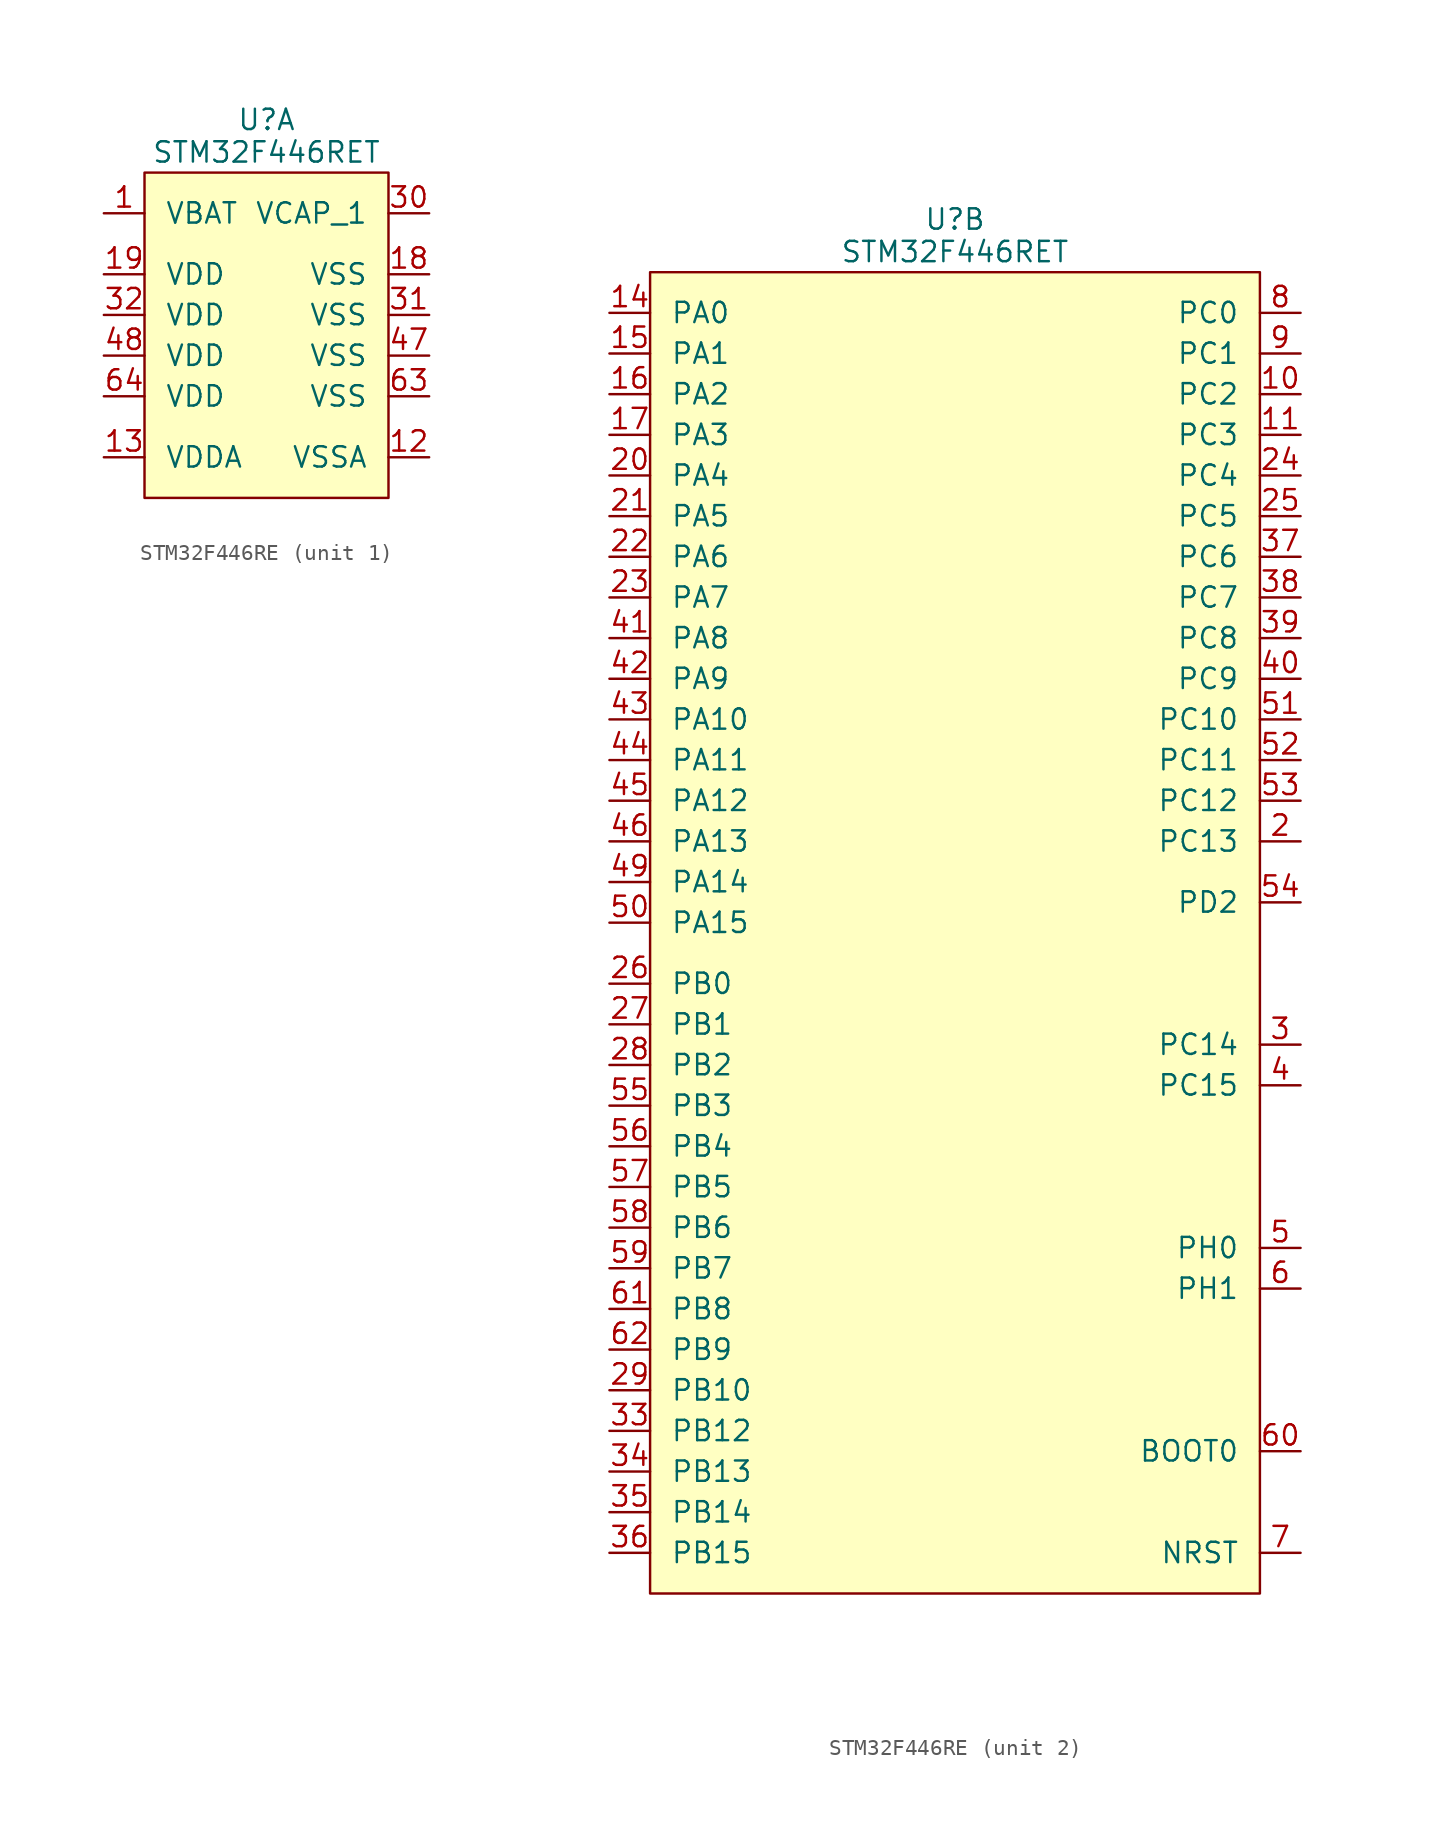
<source format=kicad_sym>
(kicad_symbol_lib
  (version 20231120)
  (generator "kicad_symbol_editor")
  (generator_version "8.0")
  (symbol "STM32F446RE"
    (pin_names
      (offset 1.27))
    (property "Reference" "U"
      (at 0 3.302 0)
      (effects (font (size 1.27 1.27))))
    (property "Value" "STM32F446RET"
      (at 0 1.27 0)
      (effects (font (size 1.27 1.27))))
    (property "ki_locked" ""
      (at 0 0 0)
      (effects (font (size 1.27 1.27))))
    (symbol "STM32F446RE_1_1"
      (rectangle (start -7.62 0) (end 7.62 -20.32) (stroke (width 0) (type default)) (fill (type background)))
      (pin power_in line (at -10.16 -2.54 0) (length 2.54) (name "VBAT" (effects (font (size 1.27 1.27)))) (number "1" (effects (font (size 1.27 1.27)))))
      (pin power_in line (at 10.16 -17.78 180) (length 2.54) (name "VSSA" (effects (font (size 1.27 1.27)))) (number "12" (effects (font (size 1.27 1.27)))))
      (pin power_in line (at -10.16 -17.78 0) (length 2.54) (name "VDDA" (effects (font (size 1.27 1.27)))) (number "13" (effects (font (size 1.27 1.27)))))
      (pin power_in line (at 10.16 -6.35 180) (length 2.54) (name "VSS" (effects (font (size 1.27 1.27)))) (number "18" (effects (font (size 1.27 1.27)))))
      (pin power_in line (at -10.16 -6.35 0) (length 2.54) (name "VDD" (effects (font (size 1.27 1.27)))) (number "19" (effects (font (size 1.27 1.27)))))
      (pin power_out line (at 10.16 -2.54 180) (length 2.54) (name "VCAP_1" (effects (font (size 1.27 1.27)))) (number "30" (effects (font (size 1.27 1.27)))))
      (pin passive line (at 10.16 -8.89 180) (length 2.54) (name "VSS" (effects (font (size 1.27 1.27)))) (number "31" (effects (font (size 1.27 1.27)))))
      (pin power_in line (at -10.16 -8.89 0) (length 2.54) (name "VDD" (effects (font (size 1.27 1.27)))) (number "32" (effects (font (size 1.27 1.27)))))
      (pin passive line (at 10.16 -11.43 180) (length 2.54) (name "VSS" (effects (font (size 1.27 1.27)))) (number "47" (effects (font (size 1.27 1.27)))))
      (pin power_in line (at -10.16 -11.43 0) (length 2.54) (name "VDD" (effects (font (size 1.27 1.27)))) (number "48" (effects (font (size 1.27 1.27)))))
      (pin passive line (at 10.16 -13.97 180) (length 2.54) (name "VSS" (effects (font (size 1.27 1.27)))) (number "63" (effects (font (size 1.27 1.27)))))
      (pin power_in line (at -10.16 -13.97 0) (length 2.54) (name "VDD" (effects (font (size 1.27 1.27)))) (number "64" (effects (font (size 1.27 1.27))))))
    (symbol "STM32F446RE_2_1"
      (rectangle (start -19.05 0) (end 19.05 -82.55) (stroke (width 0) (type default)) (fill (type background)))
      (pin bidirectional line (at 21.59 -7.62 180) (length 2.54) (name "PC2" (effects (font (size 1.27 1.27)))) (number "10" (effects (font (size 1.27 1.27)))) (alternate "ADC1_IN12" bidirectional line) (alternate "ADC2_IN12" bidirectional line) (alternate "ADC3_IN12" bidirectional line) (alternate "SPI2_MISO" bidirectional line) (alternate "USB_OTG_HS_ULPI_DIR" bidirectional line))
      (pin bidirectional line (at 21.59 -10.16 180) (length 2.54) (name "PC3" (effects (font (size 1.27 1.27)))) (number "11" (effects (font (size 1.27 1.27)))) (alternate "ADC1_IN13" bidirectional line) (alternate "ADC2_IN13" bidirectional line) (alternate "ADC3_IN13" bidirectional line) (alternate "I2S2_SD" bidirectional line) (alternate "SPI2_MOSI" bidirectional line) (alternate "USB_OTG_HS_ULPI_NXT" bidirectional line))
      (pin bidirectional line (at -21.59 -2.54 0) (length 2.54) (name "PA0" (effects (font (size 1.27 1.27)))) (number "14" (effects (font (size 1.27 1.27)))) (alternate "ADC1_IN0" bidirectional line) (alternate "ADC2_IN0" bidirectional line) (alternate "ADC3_IN0" bidirectional line) (alternate "RTC_AF2" bidirectional line) (alternate "SYS_WKUP0" bidirectional line) (alternate "TIM2_CH1" bidirectional line) (alternate "TIM2_ETR" bidirectional line) (alternate "TIM5_CH1" bidirectional line) (alternate "TIM8_ETR" bidirectional line) (alternate "UART4_TX" bidirectional line) (alternate "USART2_CTS" bidirectional line))
      (pin bidirectional line (at -21.59 -5.08 0) (length 2.54) (name "PA1" (effects (font (size 1.27 1.27)))) (number "15" (effects (font (size 1.27 1.27)))) (alternate "ADC1_IN1" bidirectional line) (alternate "ADC2_IN1" bidirectional line) (alternate "ADC3_IN1" bidirectional line) (alternate "QUADSPI_BK1_IO3" bidirectional line) (alternate "TIM2_CH2" bidirectional line) (alternate "TIM5_CH2" bidirectional line) (alternate "UART4_RX" bidirectional line) (alternate "USART2_RTS" bidirectional line))
      (pin bidirectional line (at -21.59 -7.62 0) (length 2.54) (name "PA2" (effects (font (size 1.27 1.27)))) (number "16" (effects (font (size 1.27 1.27)))) (alternate "ADC1_IN2" bidirectional line) (alternate "ADC2_IN2" bidirectional line) (alternate "ADC3_IN2" bidirectional line) (alternate "TIM2_CH3" bidirectional line) (alternate "TIM5_CH3" bidirectional line) (alternate "TIM9_CH1" bidirectional line) (alternate "USART2_TX" bidirectional line))
      (pin bidirectional line (at -21.59 -10.16 0) (length 2.54) (name "PA3" (effects (font (size 1.27 1.27)))) (number "17" (effects (font (size 1.27 1.27)))) (alternate "ADC1_IN3" bidirectional line) (alternate "ADC2_IN3" bidirectional line) (alternate "ADC3_IN3" bidirectional line) (alternate "SAI1_FS_A" bidirectional line) (alternate "TIM2_CH4" bidirectional line) (alternate "TIM5_CH4" bidirectional line) (alternate "TIM9_CH2" bidirectional line) (alternate "USART2_RX" bidirectional line) (alternate "USB_OTG_HS_ULPI_D0" bidirectional line))
      (pin bidirectional line (at 21.59 -35.56 180) (length 2.54) (name "PC13" (effects (font (size 1.27 1.27)))) (number "2" (effects (font (size 1.27 1.27)))) (alternate "RTC_AF1" bidirectional line) (alternate "SYS_WKUP1" bidirectional line))
      (pin bidirectional line (at -21.59 -12.7 0) (length 2.54) (name "PA4" (effects (font (size 1.27 1.27)))) (number "20" (effects (font (size 1.27 1.27)))) (alternate "ADC1_IN4" bidirectional line) (alternate "ADC2_IN4" bidirectional line) (alternate "DAC_OUT1" bidirectional line) (alternate "DCMI_HSYNC" bidirectional line) (alternate "I2S1_WS" bidirectional line) (alternate "I2S3_WS" bidirectional line) (alternate "SPI1_NSS" bidirectional line) (alternate "SPI3_NSS" bidirectional line) (alternate "USART2_CK" bidirectional line) (alternate "USB_OTG_HS_SOF" bidirectional line))
      (pin bidirectional line (at -21.59 -15.24 0) (length 2.54) (name "PA5" (effects (font (size 1.27 1.27)))) (number "21" (effects (font (size 1.27 1.27)))) (alternate "ADC1_IN5" bidirectional line) (alternate "ADC2_IN5" bidirectional line) (alternate "DAC_OUT2" bidirectional line) (alternate "I2S1_CK" bidirectional line) (alternate "SPI1_SCK" bidirectional line) (alternate "TIM2_CH1" bidirectional line) (alternate "TIM2_ETR" bidirectional line) (alternate "TIM8_CH1N" bidirectional line) (alternate "USB_OTG_HS_ULPI_CK" bidirectional line))
      (pin bidirectional line (at -21.59 -17.78 0) (length 2.54) (name "PA6" (effects (font (size 1.27 1.27)))) (number "22" (effects (font (size 1.27 1.27)))) (alternate "ADC1_IN6" bidirectional line) (alternate "ADC2_IN6" bidirectional line) (alternate "DCMI_PIXCLK" bidirectional line) (alternate "I2S2_MCK" bidirectional line) (alternate "SPI1_MISO" bidirectional line) (alternate "TIM13_CH1" bidirectional line) (alternate "TIM1_BKIN" bidirectional line) (alternate "TIM3_CH1" bidirectional line) (alternate "TIM8_BKIN" bidirectional line))
      (pin bidirectional line (at -21.59 -20.32 0) (length 2.54) (name "PA7" (effects (font (size 1.27 1.27)))) (number "23" (effects (font (size 1.27 1.27)))) (alternate "ADC1_IN7" bidirectional line) (alternate "ADC2_IN7" bidirectional line) (alternate "I2S1_SD" bidirectional line) (alternate "SPI1_MOSI" bidirectional line) (alternate "TIM14_CH1" bidirectional line) (alternate "TIM1_CH1N" bidirectional line) (alternate "TIM3_CH2" bidirectional line) (alternate "TIM8_CH1N" bidirectional line))
      (pin bidirectional line (at 21.59 -12.7 180) (length 2.54) (name "PC4" (effects (font (size 1.27 1.27)))) (number "24" (effects (font (size 1.27 1.27)))) (alternate "ADC1_IN14" bidirectional line) (alternate "ADC2_IN14" bidirectional line) (alternate "I2S1_MCK" bidirectional line) (alternate "SPDIFRX_IN2" bidirectional line))
      (pin bidirectional line (at 21.59 -15.24 180) (length 2.54) (name "PC5" (effects (font (size 1.27 1.27)))) (number "25" (effects (font (size 1.27 1.27)))) (alternate "ADC1_IN15" bidirectional line) (alternate "ADC2_IN15" bidirectional line) (alternate "SPDIFRX_IN3" bidirectional line) (alternate "USART3_RX" bidirectional line))
      (pin bidirectional line (at -21.59 -44.45 0) (length 2.54) (name "PB0" (effects (font (size 1.27 1.27)))) (number "26" (effects (font (size 1.27 1.27)))) (alternate "ADC1_IN8" bidirectional line) (alternate "ADC2_IN8" bidirectional line) (alternate "I2S3_SD" bidirectional line) (alternate "SDIO_D1" bidirectional line) (alternate "SPI3_MOSI" bidirectional line) (alternate "TIM1_CH2N" bidirectional line) (alternate "TIM3_CH3" bidirectional line) (alternate "TIM8_CH2N" bidirectional line) (alternate "UART4_CTS" bidirectional line) (alternate "USB_OTG_HS_ULPI_D1" bidirectional line))
      (pin bidirectional line (at -21.59 -46.99 0) (length 2.54) (name "PB1" (effects (font (size 1.27 1.27)))) (number "27" (effects (font (size 1.27 1.27)))) (alternate "ADC1_IN9" bidirectional line) (alternate "ADC2_IN9" bidirectional line) (alternate "SDIO_D2" bidirectional line) (alternate "TIM1_CH3N" bidirectional line) (alternate "TIM3_CH4" bidirectional line) (alternate "TIM8_CH3N" bidirectional line) (alternate "USB_OTG_HS_ULPI_D2" bidirectional line))
      (pin bidirectional line (at -21.59 -49.53 0) (length 2.54) (name "PB2" (effects (font (size 1.27 1.27)))) (number "28" (effects (font (size 1.27 1.27)))) (alternate "I2S3_SD" bidirectional line) (alternate "QUADSPI_CLK" bidirectional line) (alternate "SAI1_SD_A" bidirectional line) (alternate "SDIO_CK" bidirectional line) (alternate "SPI3_MOSI" bidirectional line) (alternate "TIM2_CH4" bidirectional line) (alternate "USB_OTG_HS_ULPI_D4" bidirectional line))
      (pin bidirectional line (at -21.59 -69.85 0) (length 2.54) (name "PB10" (effects (font (size 1.27 1.27)))) (number "29" (effects (font (size 1.27 1.27)))) (alternate "I2C2_SCL" bidirectional line) (alternate "I2S2_CK" bidirectional line) (alternate "SAI1_SCK_A" bidirectional line) (alternate "SPI2_SCK" bidirectional line) (alternate "TIM2_CH3" bidirectional line) (alternate "USART3_TX" bidirectional line) (alternate "USB_OTG_HS_ULPI_D3" bidirectional line))
      (pin bidirectional line (at 21.59 -48.26 180) (length 2.54) (name "PC14" (effects (font (size 1.27 1.27)))) (number "3" (effects (font (size 1.27 1.27)))) (alternate "RCC_OSC32_IN" bidirectional line))
      (pin bidirectional line (at -21.59 -72.39 0) (length 2.54) (name "PB12" (effects (font (size 1.27 1.27)))) (number "33" (effects (font (size 1.27 1.27)))) (alternate "CAN2_RX" bidirectional line) (alternate "I2C2_SMBA" bidirectional line) (alternate "I2S2_WS" bidirectional line) (alternate "SAI1_SCK_B" bidirectional line) (alternate "SPI2_NSS" bidirectional line) (alternate "TIM1_BKIN" bidirectional line) (alternate "USART3_CK" bidirectional line) (alternate "USB_OTG_HS_ID" bidirectional line) (alternate "USB_OTG_HS_ULPI_D5" bidirectional line))
      (pin bidirectional line (at -21.59 -74.93 0) (length 2.54) (name "PB13" (effects (font (size 1.27 1.27)))) (number "34" (effects (font (size 1.27 1.27)))) (alternate "CAN2_TX" bidirectional line) (alternate "I2S2_CK" bidirectional line) (alternate "SPI2_SCK" bidirectional line) (alternate "TIM1_CH1N" bidirectional line) (alternate "USART3_CTS" bidirectional line) (alternate "USB_OTG_HS_ULPI_D6" bidirectional line) (alternate "USB_OTG_HS_VBUS" bidirectional line))
      (pin bidirectional line (at -21.59 -77.47 0) (length 2.54) (name "PB14" (effects (font (size 1.27 1.27)))) (number "35" (effects (font (size 1.27 1.27)))) (alternate "SPI2_MISO" bidirectional line) (alternate "TIM12_CH1" bidirectional line) (alternate "TIM1_CH2N" bidirectional line) (alternate "TIM8_CH2N" bidirectional line) (alternate "USART3_RTS" bidirectional line) (alternate "USB_OTG_HS_DM" bidirectional line))
      (pin bidirectional line (at -21.59 -80.01 0) (length 2.54) (name "PB15" (effects (font (size 1.27 1.27)))) (number "36" (effects (font (size 1.27 1.27)))) (alternate "ADC1_EXTI15" bidirectional line) (alternate "ADC2_EXTI15" bidirectional line) (alternate "ADC3_EXTI15" bidirectional line) (alternate "I2S2_SD" bidirectional line) (alternate "RTC_REFIN" bidirectional line) (alternate "SPI2_MOSI" bidirectional line) (alternate "TIM12_CH2" bidirectional line) (alternate "TIM1_CH3N" bidirectional line) (alternate "TIM8_CH3N" bidirectional line) (alternate "USB_OTG_HS_DP" bidirectional line))
      (pin bidirectional line (at 21.59 -17.78 180) (length 2.54) (name "PC6" (effects (font (size 1.27 1.27)))) (number "37" (effects (font (size 1.27 1.27)))) (alternate "DCMI_D0" bidirectional line) (alternate "FMPI2C1_SCL" bidirectional line) (alternate "I2S2_MCK" bidirectional line) (alternate "SDIO_D6" bidirectional line) (alternate "TIM3_CH1" bidirectional line) (alternate "TIM8_CH1" bidirectional line) (alternate "USART6_TX" bidirectional line))
      (pin bidirectional line (at 21.59 -20.32 180) (length 2.54) (name "PC7" (effects (font (size 1.27 1.27)))) (number "38" (effects (font (size 1.27 1.27)))) (alternate "DCMI_D1" bidirectional line) (alternate "FMPI2C1_SDA" bidirectional line) (alternate "I2S2_CK" bidirectional line) (alternate "I2S3_MCK" bidirectional line) (alternate "SDIO_D7" bidirectional line) (alternate "SPDIFRX_IN1" bidirectional line) (alternate "SPI2_SCK" bidirectional line) (alternate "TIM3_CH2" bidirectional line) (alternate "TIM8_CH2" bidirectional line) (alternate "USART6_RX" bidirectional line))
      (pin bidirectional line (at 21.59 -22.86 180) (length 2.54) (name "PC8" (effects (font (size 1.27 1.27)))) (number "39" (effects (font (size 1.27 1.27)))) (alternate "DCMI_D2" bidirectional line) (alternate "SDIO_D0" bidirectional line) (alternate "SYS_TRACED0" bidirectional line) (alternate "TIM3_CH3" bidirectional line) (alternate "TIM8_CH3" bidirectional line) (alternate "UART5_RTS" bidirectional line) (alternate "USART6_CK" bidirectional line))
      (pin bidirectional line (at 21.59 -50.8 180) (length 2.54) (name "PC15" (effects (font (size 1.27 1.27)))) (number "4" (effects (font (size 1.27 1.27)))) (alternate "ADC1_EXTI15" bidirectional line) (alternate "ADC2_EXTI15" bidirectional line) (alternate "ADC3_EXTI15" bidirectional line) (alternate "RCC_OSC32_OUT" bidirectional line))
      (pin bidirectional line (at 21.59 -25.4 180) (length 2.54) (name "PC9" (effects (font (size 1.27 1.27)))) (number "40" (effects (font (size 1.27 1.27)))) (alternate "DAC_EXTI9" bidirectional line) (alternate "DCMI_D3" bidirectional line) (alternate "I2C3_SDA" bidirectional line) (alternate "I2S_CKIN" bidirectional line) (alternate "QUADSPI_BK1_IO0" bidirectional line) (alternate "RCC_MCO_2" bidirectional line) (alternate "SDIO_D1" bidirectional line) (alternate "TIM3_CH4" bidirectional line) (alternate "TIM8_CH4" bidirectional line) (alternate "UART5_CTS" bidirectional line))
      (pin bidirectional line (at -21.59 -22.86 0) (length 2.54) (name "PA8" (effects (font (size 1.27 1.27)))) (number "41" (effects (font (size 1.27 1.27)))) (alternate "I2C3_SCL" bidirectional line) (alternate "RCC_MCO_1" bidirectional line) (alternate "TIM1_CH1" bidirectional line) (alternate "USART1_CK" bidirectional line) (alternate "USB_OTG_FS_SOF" bidirectional line))
      (pin bidirectional line (at -21.59 -25.4 0) (length 2.54) (name "PA9" (effects (font (size 1.27 1.27)))) (number "42" (effects (font (size 1.27 1.27)))) (alternate "DAC_EXTI9" bidirectional line) (alternate "DCMI_D0" bidirectional line) (alternate "I2C3_SMBA" bidirectional line) (alternate "I2S2_CK" bidirectional line) (alternate "SAI1_SD_B" bidirectional line) (alternate "SPI2_SCK" bidirectional line) (alternate "TIM1_CH2" bidirectional line) (alternate "USART1_TX" bidirectional line) (alternate "USB_OTG_FS_VBUS" bidirectional line))
      (pin bidirectional line (at -21.59 -27.94 0) (length 2.54) (name "PA10" (effects (font (size 1.27 1.27)))) (number "43" (effects (font (size 1.27 1.27)))) (alternate "DCMI_D1" bidirectional line) (alternate "TIM1_CH3" bidirectional line) (alternate "USART1_RX" bidirectional line) (alternate "USB_OTG_FS_ID" bidirectional line))
      (pin bidirectional line (at -21.59 -30.48 0) (length 2.54) (name "PA11" (effects (font (size 1.27 1.27)))) (number "44" (effects (font (size 1.27 1.27)))) (alternate "ADC1_EXTI11" bidirectional line) (alternate "ADC2_EXTI11" bidirectional line) (alternate "ADC3_EXTI11" bidirectional line) (alternate "CAN1_RX" bidirectional line) (alternate "TIM1_CH4" bidirectional line) (alternate "USART1_CTS" bidirectional line) (alternate "USB_OTG_FS_DM" bidirectional line))
      (pin bidirectional line (at -21.59 -33.02 0) (length 2.54) (name "PA12" (effects (font (size 1.27 1.27)))) (number "45" (effects (font (size 1.27 1.27)))) (alternate "CAN1_TX" bidirectional line) (alternate "TIM1_ETR" bidirectional line) (alternate "USART1_RTS" bidirectional line) (alternate "USB_OTG_FS_DP" bidirectional line))
      (pin bidirectional line (at -21.59 -35.56 0) (length 2.54) (name "PA13" (effects (font (size 1.27 1.27)))) (number "46" (effects (font (size 1.27 1.27)))) (alternate "SYS_JTMS-SWDIO" bidirectional line))
      (pin bidirectional line (at -21.59 -38.1 0) (length 2.54) (name "PA14" (effects (font (size 1.27 1.27)))) (number "49" (effects (font (size 1.27 1.27)))) (alternate "SYS_JTCK-SWCLK" bidirectional line))
      (pin bidirectional line (at 21.59 -60.96 180) (length 2.54) (name "PH0" (effects (font (size 1.27 1.27)))) (number "5" (effects (font (size 1.27 1.27)))) (alternate "RCC_OSC_IN" bidirectional line))
      (pin bidirectional line (at -21.59 -40.64 0) (length 2.54) (name "PA15" (effects (font (size 1.27 1.27)))) (number "50" (effects (font (size 1.27 1.27)))) (alternate "ADC1_EXTI15" bidirectional line) (alternate "ADC2_EXTI15" bidirectional line) (alternate "ADC3_EXTI15" bidirectional line) (alternate "CEC" bidirectional line) (alternate "I2S1_WS" bidirectional line) (alternate "I2S3_WS" bidirectional line) (alternate "SPI1_NSS" bidirectional line) (alternate "SPI3_NSS" bidirectional line) (alternate "SYS_JTDI" bidirectional line) (alternate "TIM2_CH1" bidirectional line) (alternate "TIM2_ETR" bidirectional line) (alternate "UART4_RTS" bidirectional line))
      (pin bidirectional line (at 21.59 -27.94 180) (length 2.54) (name "PC10" (effects (font (size 1.27 1.27)))) (number "51" (effects (font (size 1.27 1.27)))) (alternate "DCMI_D8" bidirectional line) (alternate "I2S3_CK" bidirectional line) (alternate "QUADSPI_BK1_IO1" bidirectional line) (alternate "SDIO_D2" bidirectional line) (alternate "SPI3_SCK" bidirectional line) (alternate "UART4_TX" bidirectional line) (alternate "USART3_TX" bidirectional line))
      (pin bidirectional line (at 21.59 -30.48 180) (length 2.54) (name "PC11" (effects (font (size 1.27 1.27)))) (number "52" (effects (font (size 1.27 1.27)))) (alternate "ADC1_EXTI11" bidirectional line) (alternate "ADC2_EXTI11" bidirectional line) (alternate "ADC3_EXTI11" bidirectional line) (alternate "DCMI_D4" bidirectional line) (alternate "QUADSPI_BK2_NCS" bidirectional line) (alternate "SDIO_D3" bidirectional line) (alternate "SPI3_MISO" bidirectional line) (alternate "UART4_RX" bidirectional line) (alternate "USART3_RX" bidirectional line))
      (pin bidirectional line (at 21.59 -33.02 180) (length 2.54) (name "PC12" (effects (font (size 1.27 1.27)))) (number "53" (effects (font (size 1.27 1.27)))) (alternate "DCMI_D9" bidirectional line) (alternate "I2C2_SDA" bidirectional line) (alternate "I2S3_SD" bidirectional line) (alternate "SDIO_CK" bidirectional line) (alternate "SPI3_MOSI" bidirectional line) (alternate "UART5_TX" bidirectional line) (alternate "USART3_CK" bidirectional line))
      (pin bidirectional line (at 21.59 -39.37 180) (length 2.54) (name "PD2" (effects (font (size 1.27 1.27)))) (number "54" (effects (font (size 1.27 1.27)))) (alternate "DCMI_D11" bidirectional line) (alternate "SDIO_CMD" bidirectional line) (alternate "TIM3_ETR" bidirectional line) (alternate "UART5_RX" bidirectional line))
      (pin bidirectional line (at -21.59 -52.07 0) (length 2.54) (name "PB3" (effects (font (size 1.27 1.27)))) (number "55" (effects (font (size 1.27 1.27)))) (alternate "I2C2_SDA" bidirectional line) (alternate "I2S1_CK" bidirectional line) (alternate "I2S3_CK" bidirectional line) (alternate "SPI1_SCK" bidirectional line) (alternate "SPI3_SCK" bidirectional line) (alternate "SYS_JTDO-SWO" bidirectional line) (alternate "TIM2_CH2" bidirectional line))
      (pin bidirectional line (at -21.59 -54.61 0) (length 2.54) (name "PB4" (effects (font (size 1.27 1.27)))) (number "56" (effects (font (size 1.27 1.27)))) (alternate "I2C3_SDA" bidirectional line) (alternate "I2S2_WS" bidirectional line) (alternate "SPI1_MISO" bidirectional line) (alternate "SPI2_NSS" bidirectional line) (alternate "SPI3_MISO" bidirectional line) (alternate "SYS_JTRST" bidirectional line) (alternate "TIM3_CH1" bidirectional line))
      (pin bidirectional line (at -21.59 -57.15 0) (length 2.54) (name "PB5" (effects (font (size 1.27 1.27)))) (number "57" (effects (font (size 1.27 1.27)))) (alternate "CAN2_RX" bidirectional line) (alternate "DCMI_D10" bidirectional line) (alternate "I2C1_SMBA" bidirectional line) (alternate "I2S1_SD" bidirectional line) (alternate "I2S3_SD" bidirectional line) (alternate "SPI1_MOSI" bidirectional line) (alternate "SPI3_MOSI" bidirectional line) (alternate "TIM3_CH2" bidirectional line) (alternate "USB_OTG_HS_ULPI_D7" bidirectional line))
      (pin bidirectional line (at -21.59 -59.69 0) (length 2.54) (name "PB6" (effects (font (size 1.27 1.27)))) (number "58" (effects (font (size 1.27 1.27)))) (alternate "CAN2_TX" bidirectional line) (alternate "CEC" bidirectional line) (alternate "DCMI_D5" bidirectional line) (alternate "I2C1_SCL" bidirectional line) (alternate "QUADSPI_BK1_NCS" bidirectional line) (alternate "TIM4_CH1" bidirectional line) (alternate "USART1_TX" bidirectional line))
      (pin bidirectional line (at -21.59 -62.23 0) (length 2.54) (name "PB7" (effects (font (size 1.27 1.27)))) (number "59" (effects (font (size 1.27 1.27)))) (alternate "DCMI_VSYNC" bidirectional line) (alternate "I2C1_SDA" bidirectional line) (alternate "SPDIFRX_IN0" bidirectional line) (alternate "TIM4_CH2" bidirectional line) (alternate "USART1_RX" bidirectional line))
      (pin bidirectional line (at 21.59 -63.5 180) (length 2.54) (name "PH1" (effects (font (size 1.27 1.27)))) (number "6" (effects (font (size 1.27 1.27)))) (alternate "RCC_OSC_OUT" bidirectional line))
      (pin input line (at 21.59 -73.66 180) (length 2.54) (name "BOOT0" (effects (font (size 1.27 1.27)))) (number "60" (effects (font (size 1.27 1.27)))))
      (pin bidirectional line (at -21.59 -64.77 0) (length 2.54) (name "PB8" (effects (font (size 1.27 1.27)))) (number "61" (effects (font (size 1.27 1.27)))) (alternate "CAN1_RX" bidirectional line) (alternate "DCMI_D6" bidirectional line) (alternate "I2C1_SCL" bidirectional line) (alternate "SDIO_D4" bidirectional line) (alternate "TIM10_CH1" bidirectional line) (alternate "TIM2_CH1" bidirectional line) (alternate "TIM2_ETR" bidirectional line) (alternate "TIM4_CH3" bidirectional line))
      (pin bidirectional line (at -21.59 -67.31 0) (length 2.54) (name "PB9" (effects (font (size 1.27 1.27)))) (number "62" (effects (font (size 1.27 1.27)))) (alternate "CAN1_TX" bidirectional line) (alternate "DAC_EXTI9" bidirectional line) (alternate "DCMI_D7" bidirectional line) (alternate "I2C1_SDA" bidirectional line) (alternate "I2S2_WS" bidirectional line) (alternate "SAI1_FS_B" bidirectional line) (alternate "SDIO_D5" bidirectional line) (alternate "SPI2_NSS" bidirectional line) (alternate "TIM11_CH1" bidirectional line) (alternate "TIM2_CH2" bidirectional line) (alternate "TIM4_CH4" bidirectional line))
      (pin bidirectional line (at 21.59 -80.01 180) (length 2.54) (name "NRST" (effects (font (size 1.27 1.27)))) (number "7" (effects (font (size 1.27 1.27)))))
      (pin bidirectional line (at 21.59 -2.54 180) (length 2.54) (name "PC0" (effects (font (size 1.27 1.27)))) (number "8" (effects (font (size 1.27 1.27)))) (alternate "ADC1_IN10" bidirectional line) (alternate "ADC2_IN10" bidirectional line) (alternate "ADC3_IN10" bidirectional line) (alternate "SAI1_MCLK_B" bidirectional line) (alternate "USB_OTG_HS_ULPI_STP" bidirectional line))
      (pin bidirectional line (at 21.59 -5.08 180) (length 2.54) (name "PC1" (effects (font (size 1.27 1.27)))) (number "9" (effects (font (size 1.27 1.27)))) (alternate "ADC1_IN11" bidirectional line) (alternate "ADC2_IN11" bidirectional line) (alternate "ADC3_IN11" bidirectional line) (alternate "I2S2_SD" bidirectional line) (alternate "I2S3_SD" bidirectional line) (alternate "SAI1_SD_A" bidirectional line) (alternate "SPI2_MOSI" bidirectional line) (alternate "SPI3_MOSI" bidirectional line)))))
</source>
